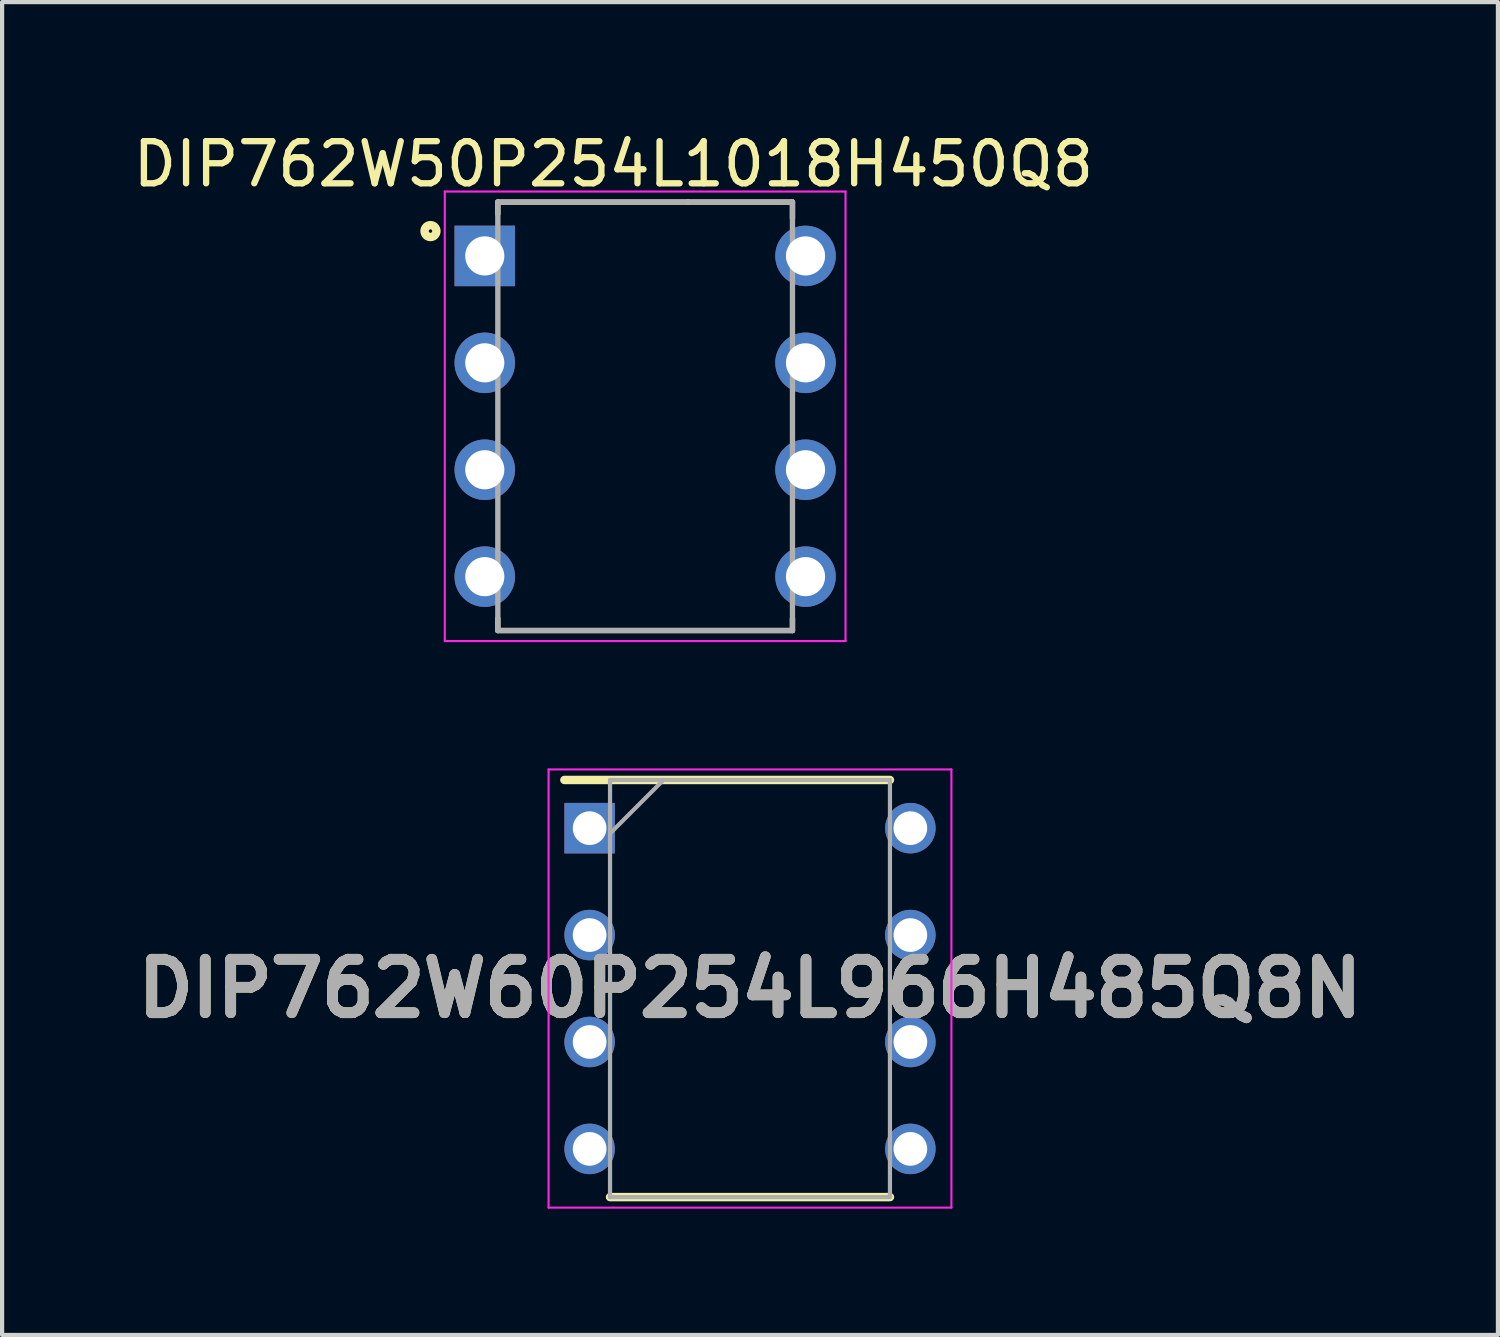
<source format=kicad_pcb>
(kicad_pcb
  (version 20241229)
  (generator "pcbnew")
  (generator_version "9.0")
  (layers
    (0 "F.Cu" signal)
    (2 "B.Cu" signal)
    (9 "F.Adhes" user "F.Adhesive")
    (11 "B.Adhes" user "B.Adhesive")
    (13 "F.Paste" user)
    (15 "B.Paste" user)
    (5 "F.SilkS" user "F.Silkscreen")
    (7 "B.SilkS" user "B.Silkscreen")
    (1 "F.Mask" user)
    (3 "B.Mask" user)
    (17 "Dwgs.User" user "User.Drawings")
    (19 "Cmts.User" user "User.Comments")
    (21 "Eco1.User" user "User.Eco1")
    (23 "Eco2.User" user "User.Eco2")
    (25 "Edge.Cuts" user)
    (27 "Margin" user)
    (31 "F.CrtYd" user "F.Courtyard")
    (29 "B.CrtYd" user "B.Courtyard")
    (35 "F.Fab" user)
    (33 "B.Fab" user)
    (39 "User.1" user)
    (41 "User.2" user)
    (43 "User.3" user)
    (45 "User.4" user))
  (footprint "DIP762W60P254L966H485Q8N"
    (layer "F.Cu")
    (at 14.768 20.435)
    (property "Reference" "DIP762W60P254L966H485Q8N" (at 0 0 0) (layer "F.SilkS") (effects (font (size 1.27 1.27) (thickness 0.254))))
    (attr through_hole)
    (fp_line (start -4.41 -4.955) (end 3.325 -4.955) (stroke (width 0.2) (type solid)) (layer "F.SilkS"))
    (fp_line (start -3.325 4.955) (end 3.325 4.955) (stroke (width 0.2) (type solid)) (layer "F.SilkS"))
    (fp_line (start -4.785 -5.205) (end 4.785 -5.205) (stroke (width 0.05) (type solid)) (layer "F.CrtYd"))
    (fp_line (start -4.785 5.205) (end -4.785 -5.205) (stroke (width 0.05) (type solid)) (layer "F.CrtYd"))
    (fp_line (start 4.785 -5.205) (end 4.785 5.205) (stroke (width 0.05) (type solid)) (layer "F.CrtYd"))
    (fp_line (start 4.785 5.205) (end -4.785 5.205) (stroke (width 0.05) (type solid)) (layer "F.CrtYd"))
    (fp_line (start -3.325 -4.955) (end 3.325 -4.955) (stroke (width 0.1) (type solid)) (layer "F.Fab"))
    (fp_line (start -3.325 -3.685) (end -2.055 -4.955) (stroke (width 0.1) (type solid)) (layer "F.Fab"))
    (fp_line (start -3.325 4.955) (end -3.325 -4.955) (stroke (width 0.1) (type solid)) (layer "F.Fab"))
    (fp_line (start 3.325 -4.955) (end 3.325 4.955) (stroke (width 0.1) (type solid)) (layer "F.Fab"))
    (fp_line (start 3.325 4.955) (end -3.325 4.955) (stroke (width 0.1) (type solid)) (layer "F.Fab"))
    (fp_text user "${REFERENCE}" (at 0 0 0) (layer "F.Fab") (effects (font (size 1.27 1.27) (thickness 0.254))))
    (pad "1" thru_hole rect (at -3.81 -3.81) (size 1.2 1.2) (drill 0.8) (layers "*.Cu" "*.Mask"))
    (pad "2" thru_hole circle (at -3.81 -1.27) (size 1.2 1.2) (drill 0.8) (layers "*.Cu" "*.Mask"))
    (pad "3" thru_hole circle (at -3.81 1.27) (size 1.2 1.2) (drill 0.8) (layers "*.Cu" "*.Mask"))
    (pad "4" thru_hole circle (at -3.81 3.81) (size 1.2 1.2) (drill 0.8) (layers "*.Cu" "*.Mask"))
    (pad "5" thru_hole circle (at 3.81 3.81) (size 1.2 1.2) (drill 0.8) (layers "*.Cu" "*.Mask"))
    (pad "6" thru_hole circle (at 3.81 1.27) (size 1.2 1.2) (drill 0.8) (layers "*.Cu" "*.Mask"))
    (pad "7" thru_hole circle (at 3.81 -1.27) (size 1.2 1.2) (drill 0.8) (layers "*.Cu" "*.Mask"))
    (pad "8" thru_hole circle (at 3.81 -3.81) (size 1.2 1.2) (drill 0.8) (layers "*.Cu" "*.Mask")))
  (footprint "DIP762W50P254L1018H450Q8"
    (layer "F.Cu")
    (at 12.277 6.84)
    (property "Reference" "DIP762W50P254L1018H450Q8" (at -0.754 -5.991 0) (layer "F.SilkS") (effects (font (size 1.001 1.001) (thickness 0.15))))
    (attr through_hole)
    (fp_line (start -3.5 -5.09) (end 1.016 -5.09) (stroke (width 0.127) (type solid)) (layer "F.SilkS"))
    (fp_line (start -3.5 -4.8) (end -3.5 -5.09) (stroke (width 0.127) (type solid)) (layer "F.SilkS"))
    (fp_line (start -3.5 4.8) (end -3.5 5.09) (stroke (width 0.127) (type solid)) (layer "F.SilkS"))
    (fp_line (start -3.5 5.09) (end 3.5 5.09) (stroke (width 0.127) (type solid)) (layer "F.SilkS"))
    (fp_line (start 1.016 -5.09) (end 3.5 -5.09) (stroke (width 0.127) (type solid)) (layer "F.SilkS"))
    (fp_line (start 3.5 -5.09) (end 3.5 -4.7) (stroke (width 0.127) (type solid)) (layer "F.SilkS"))
    (fp_line (start 3.5 5.09) (end 3.5 4.8) (stroke (width 0.127) (type solid)) (layer "F.SilkS"))
    (fp_circle (center -5.1 -4.4) (end -4.959 -4.4) (stroke (width 0.2) (type solid)) (fill no) (layer "F.SilkS"))
    (fp_line (start -4.76 -5.34) (end 4.76 -5.34) (stroke (width 0.05) (type solid)) (layer "F.CrtYd"))
    (fp_line (start -4.76 5.34) (end -4.76 -5.34) (stroke (width 0.05) (type solid)) (layer "F.CrtYd"))
    (fp_line (start 4.76 -5.34) (end 4.76 5.34) (stroke (width 0.05) (type solid)) (layer "F.CrtYd"))
    (fp_line (start 4.76 5.34) (end -4.76 5.34) (stroke (width 0.05) (type solid)) (layer "F.CrtYd"))
    (fp_line (start -3.5 -5.09) (end -3.5 5.09) (stroke (width 0.127) (type solid)) (layer "F.Fab"))
    (fp_line (start -3.5 -5.09) (end 3.5 -5.09) (stroke (width 0.127) (type solid)) (layer "F.Fab"))
    (fp_line (start 3.5 5.09) (end -3.5 5.09) (stroke (width 0.127) (type solid)) (layer "F.Fab"))
    (fp_line (start 3.5 5.09) (end 3.5 -5.09) (stroke (width 0.127) (type solid)) (layer "F.Fab"))
    (pad "1" thru_hole rect (at -3.81 -3.81) (size 1.438 1.438) (drill 0.93) (layers "*.Cu" "*.Mask"))
    (pad "2" thru_hole circle (at -3.81 -1.27) (size 1.438 1.438) (drill 0.93) (layers "*.Cu" "*.Mask"))
    (pad "3" thru_hole circle (at -3.81 1.27) (size 1.438 1.438) (drill 0.93) (layers "*.Cu" "*.Mask"))
    (pad "4" thru_hole circle (at -3.81 3.81) (size 1.438 1.438) (drill 0.93) (layers "*.Cu" "*.Mask"))
    (pad "5" thru_hole circle (at 3.81 3.81) (size 1.438 1.438) (drill 0.93) (layers "*.Cu" "*.Mask"))
    (pad "6" thru_hole circle (at 3.81 1.27) (size 1.438 1.438) (drill 0.93) (layers "*.Cu" "*.Mask"))
    (pad "7" thru_hole circle (at 3.81 -1.27) (size 1.438 1.438) (drill 0.93) (layers "*.Cu" "*.Mask"))
    (pad "8" thru_hole circle (at 3.81 -3.81) (size 1.438 1.438) (drill 0.93) (layers "*.Cu" "*.Mask")))
  (gr_rect
    (start -3 -3)
    (end 32.537 28.665)
    (stroke (width 0.1) (type default))
    (fill no)
    (layer "Edge.Cuts")))
</source>
